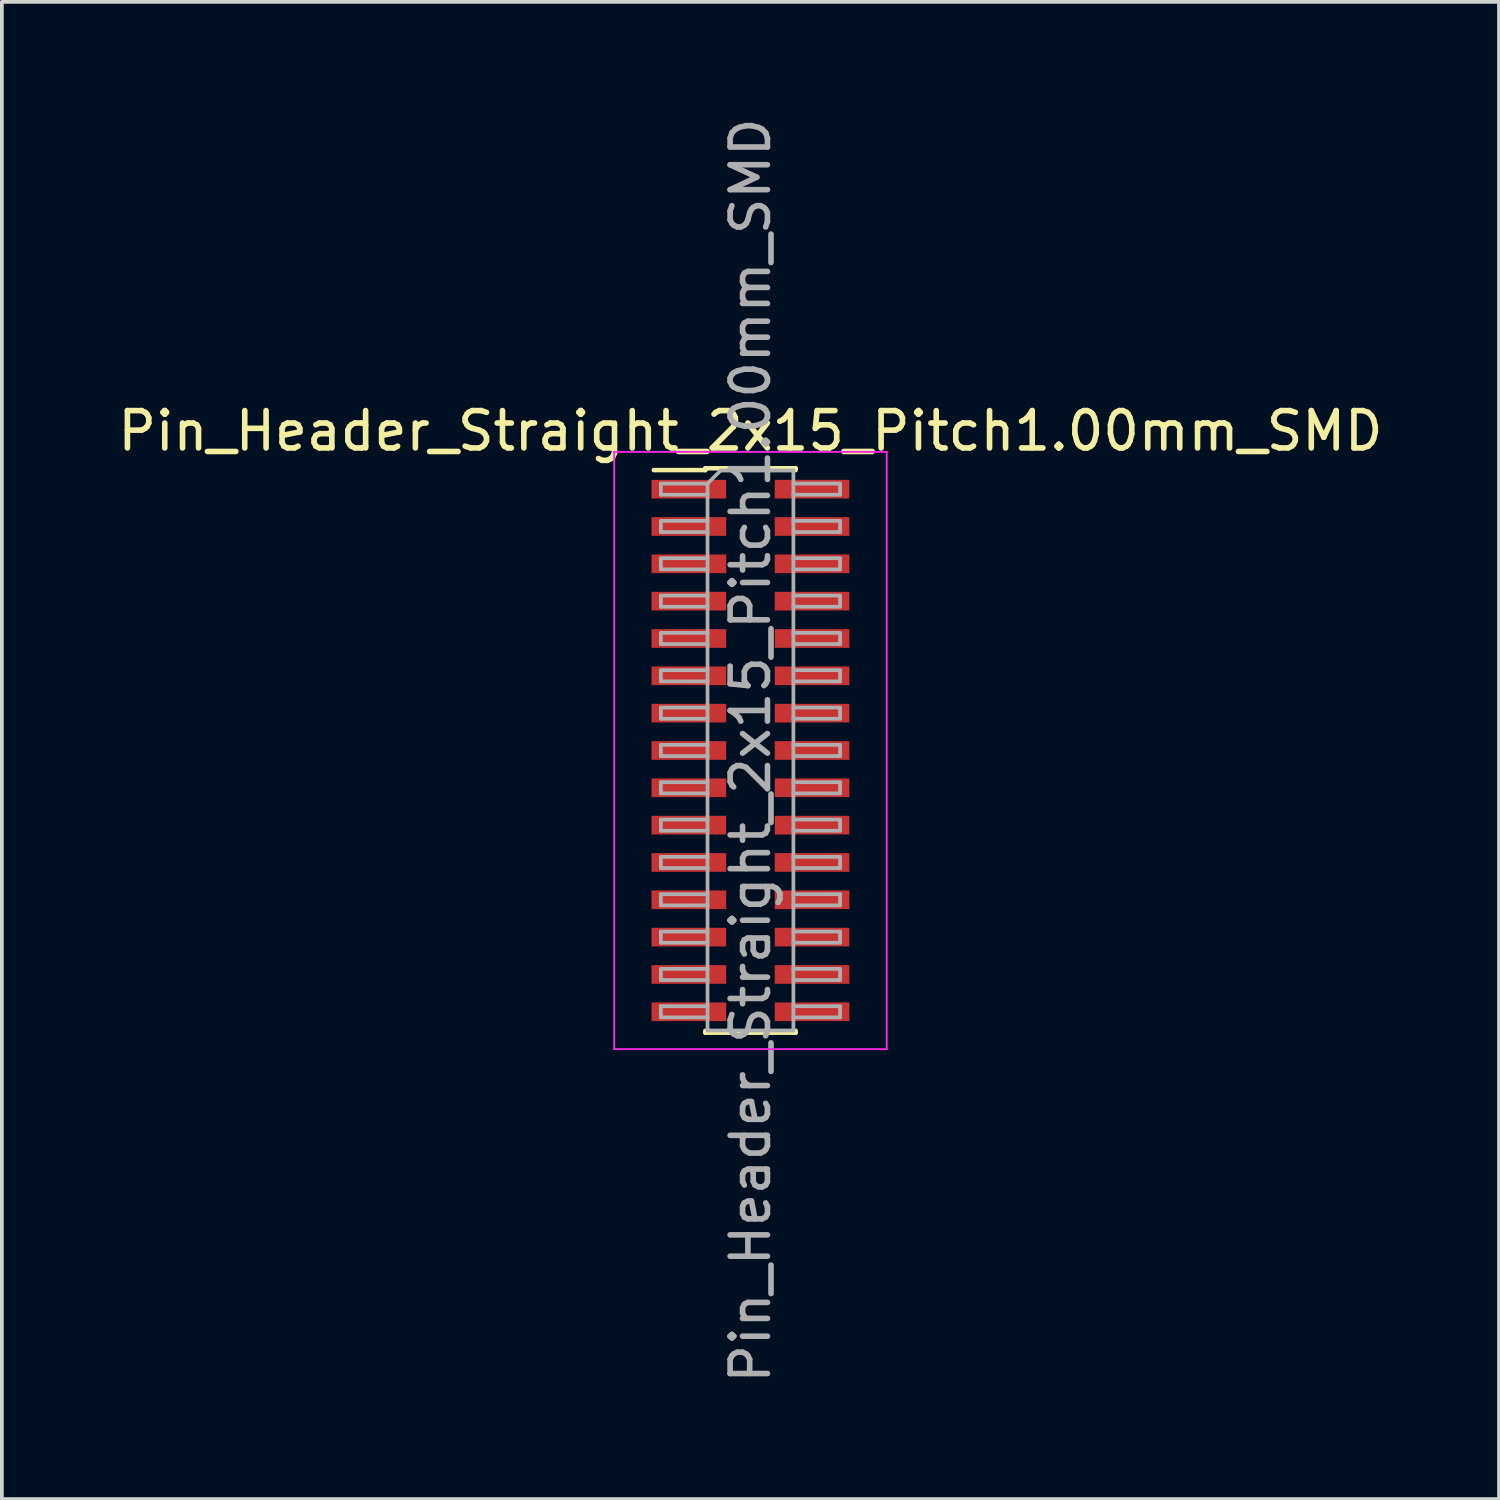
<source format=kicad_pcb>
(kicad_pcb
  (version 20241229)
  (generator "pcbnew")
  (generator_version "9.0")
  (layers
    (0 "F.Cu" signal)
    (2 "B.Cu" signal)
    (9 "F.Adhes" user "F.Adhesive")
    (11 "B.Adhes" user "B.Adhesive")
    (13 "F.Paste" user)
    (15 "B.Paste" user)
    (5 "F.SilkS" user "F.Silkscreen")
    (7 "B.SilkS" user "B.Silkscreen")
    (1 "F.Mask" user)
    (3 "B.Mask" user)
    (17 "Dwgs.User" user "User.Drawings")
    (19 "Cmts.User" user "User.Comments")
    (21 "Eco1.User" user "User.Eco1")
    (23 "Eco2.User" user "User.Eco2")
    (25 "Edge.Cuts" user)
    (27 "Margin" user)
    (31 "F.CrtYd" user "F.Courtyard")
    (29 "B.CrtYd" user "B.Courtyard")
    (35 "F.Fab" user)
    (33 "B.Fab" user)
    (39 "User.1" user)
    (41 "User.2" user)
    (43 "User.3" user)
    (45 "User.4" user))
  (footprint "Pin_Header_Straight_2x15_Pitch1.00mm_SMD"
    (layer "F.Cu")
    (at 17.054 17.054)
    (property "Reference" "Pin_Header_Straight_2x15_Pitch1.00mm_SMD" (at 0 -8.56 0) (layer "F.SilkS") (effects (font (size 1 1) (thickness 0.15))))
    (attr smd)
    (fp_line (start -2.59 -7.51) (end -1.21 -7.51) (stroke (width 0.12) (type solid)) (layer "F.SilkS"))
    (fp_line (start -1.21 -7.56) (end -1.21 -7.51) (stroke (width 0.12) (type solid)) (layer "F.SilkS"))
    (fp_line (start -1.21 -7.56) (end 1.21 -7.56) (stroke (width 0.12) (type solid)) (layer "F.SilkS"))
    (fp_line (start -1.21 7.51) (end -1.21 7.56) (stroke (width 0.12) (type solid)) (layer "F.SilkS"))
    (fp_line (start -1.21 7.56) (end 1.21 7.56) (stroke (width 0.12) (type solid)) (layer "F.SilkS"))
    (fp_line (start 1.21 -7.56) (end 1.21 -7.51) (stroke (width 0.12) (type solid)) (layer "F.SilkS"))
    (fp_line (start 1.21 7.51) (end 1.21 7.56) (stroke (width 0.12) (type solid)) (layer "F.SilkS"))
    (fp_line (start -3.65 -8) (end -3.65 8) (stroke (width 0.05) (type solid)) (layer "F.CrtYd"))
    (fp_line (start -3.65 8) (end 3.65 8) (stroke (width 0.05) (type solid)) (layer "F.CrtYd"))
    (fp_line (start 3.65 -8) (end -3.65 -8) (stroke (width 0.05) (type solid)) (layer "F.CrtYd"))
    (fp_line (start 3.65 8) (end 3.65 -8) (stroke (width 0.05) (type solid)) (layer "F.CrtYd"))
    (fp_line (start -2.4 -7.15) (end -2.4 -6.85) (stroke (width 0.1) (type solid)) (layer "F.Fab"))
    (fp_line (start -2.4 -6.85) (end -1.15 -6.85) (stroke (width 0.1) (type solid)) (layer "F.Fab"))
    (fp_line (start -2.4 -6.15) (end -2.4 -5.85) (stroke (width 0.1) (type solid)) (layer "F.Fab"))
    (fp_line (start -2.4 -5.85) (end -1.15 -5.85) (stroke (width 0.1) (type solid)) (layer "F.Fab"))
    (fp_line (start -2.4 -5.15) (end -2.4 -4.85) (stroke (width 0.1) (type solid)) (layer "F.Fab"))
    (fp_line (start -2.4 -4.85) (end -1.15 -4.85) (stroke (width 0.1) (type solid)) (layer "F.Fab"))
    (fp_line (start -2.4 -4.15) (end -2.4 -3.85) (stroke (width 0.1) (type solid)) (layer "F.Fab"))
    (fp_line (start -2.4 -3.85) (end -1.15 -3.85) (stroke (width 0.1) (type solid)) (layer "F.Fab"))
    (fp_line (start -2.4 -3.15) (end -2.4 -2.85) (stroke (width 0.1) (type solid)) (layer "F.Fab"))
    (fp_line (start -2.4 -2.85) (end -1.15 -2.85) (stroke (width 0.1) (type solid)) (layer "F.Fab"))
    (fp_line (start -2.4 -2.15) (end -2.4 -1.85) (stroke (width 0.1) (type solid)) (layer "F.Fab"))
    (fp_line (start -2.4 -1.85) (end -1.15 -1.85) (stroke (width 0.1) (type solid)) (layer "F.Fab"))
    (fp_line (start -2.4 -1.15) (end -2.4 -0.85) (stroke (width 0.1) (type solid)) (layer "F.Fab"))
    (fp_line (start -2.4 -0.85) (end -1.15 -0.85) (stroke (width 0.1) (type solid)) (layer "F.Fab"))
    (fp_line (start -2.4 -0.15) (end -2.4 0.15) (stroke (width 0.1) (type solid)) (layer "F.Fab"))
    (fp_line (start -2.4 0.15) (end -1.15 0.15) (stroke (width 0.1) (type solid)) (layer "F.Fab"))
    (fp_line (start -2.4 0.85) (end -2.4 1.15) (stroke (width 0.1) (type solid)) (layer "F.Fab"))
    (fp_line (start -2.4 1.15) (end -1.15 1.15) (stroke (width 0.1) (type solid)) (layer "F.Fab"))
    (fp_line (start -2.4 1.85) (end -2.4 2.15) (stroke (width 0.1) (type solid)) (layer "F.Fab"))
    (fp_line (start -2.4 2.15) (end -1.15 2.15) (stroke (width 0.1) (type solid)) (layer "F.Fab"))
    (fp_line (start -2.4 2.85) (end -2.4 3.15) (stroke (width 0.1) (type solid)) (layer "F.Fab"))
    (fp_line (start -2.4 3.15) (end -1.15 3.15) (stroke (width 0.1) (type solid)) (layer "F.Fab"))
    (fp_line (start -2.4 3.85) (end -2.4 4.15) (stroke (width 0.1) (type solid)) (layer "F.Fab"))
    (fp_line (start -2.4 4.15) (end -1.15 4.15) (stroke (width 0.1) (type solid)) (layer "F.Fab"))
    (fp_line (start -2.4 4.85) (end -2.4 5.15) (stroke (width 0.1) (type solid)) (layer "F.Fab"))
    (fp_line (start -2.4 5.15) (end -1.15 5.15) (stroke (width 0.1) (type solid)) (layer "F.Fab"))
    (fp_line (start -2.4 5.85) (end -2.4 6.15) (stroke (width 0.1) (type solid)) (layer "F.Fab"))
    (fp_line (start -2.4 6.15) (end -1.15 6.15) (stroke (width 0.1) (type solid)) (layer "F.Fab"))
    (fp_line (start -2.4 6.85) (end -2.4 7.15) (stroke (width 0.1) (type solid)) (layer "F.Fab"))
    (fp_line (start -2.4 7.15) (end -1.15 7.15) (stroke (width 0.1) (type solid)) (layer "F.Fab"))
    (fp_line (start -1.15 -7.15) (end -2.4 -7.15) (stroke (width 0.1) (type solid)) (layer "F.Fab"))
    (fp_line (start -1.15 -7.15) (end -0.8 -7.5) (stroke (width 0.1) (type solid)) (layer "F.Fab"))
    (fp_line (start -1.15 -6.15) (end -2.4 -6.15) (stroke (width 0.1) (type solid)) (layer "F.Fab"))
    (fp_line (start -1.15 -5.15) (end -2.4 -5.15) (stroke (width 0.1) (type solid)) (layer "F.Fab"))
    (fp_line (start -1.15 -4.15) (end -2.4 -4.15) (stroke (width 0.1) (type solid)) (layer "F.Fab"))
    (fp_line (start -1.15 -3.15) (end -2.4 -3.15) (stroke (width 0.1) (type solid)) (layer "F.Fab"))
    (fp_line (start -1.15 -2.15) (end -2.4 -2.15) (stroke (width 0.1) (type solid)) (layer "F.Fab"))
    (fp_line (start -1.15 -1.15) (end -2.4 -1.15) (stroke (width 0.1) (type solid)) (layer "F.Fab"))
    (fp_line (start -1.15 -0.15) (end -2.4 -0.15) (stroke (width 0.1) (type solid)) (layer "F.Fab"))
    (fp_line (start -1.15 0.85) (end -2.4 0.85) (stroke (width 0.1) (type solid)) (layer "F.Fab"))
    (fp_line (start -1.15 1.85) (end -2.4 1.85) (stroke (width 0.1) (type solid)) (layer "F.Fab"))
    (fp_line (start -1.15 2.85) (end -2.4 2.85) (stroke (width 0.1) (type solid)) (layer "F.Fab"))
    (fp_line (start -1.15 3.85) (end -2.4 3.85) (stroke (width 0.1) (type solid)) (layer "F.Fab"))
    (fp_line (start -1.15 4.85) (end -2.4 4.85) (stroke (width 0.1) (type solid)) (layer "F.Fab"))
    (fp_line (start -1.15 5.85) (end -2.4 5.85) (stroke (width 0.1) (type solid)) (layer "F.Fab"))
    (fp_line (start -1.15 6.85) (end -2.4 6.85) (stroke (width 0.1) (type solid)) (layer "F.Fab"))
    (fp_line (start -1.15 7.5) (end -1.15 -7.15) (stroke (width 0.1) (type solid)) (layer "F.Fab"))
    (fp_line (start -0.8 -7.5) (end 1.15 -7.5) (stroke (width 0.1) (type solid)) (layer "F.Fab"))
    (fp_line (start 1.15 -7.5) (end 1.15 7.5) (stroke (width 0.1) (type solid)) (layer "F.Fab"))
    (fp_line (start 1.15 -7.15) (end 2.4 -7.15) (stroke (width 0.1) (type solid)) (layer "F.Fab"))
    (fp_line (start 1.15 -6.15) (end 2.4 -6.15) (stroke (width 0.1) (type solid)) (layer "F.Fab"))
    (fp_line (start 1.15 -5.15) (end 2.4 -5.15) (stroke (width 0.1) (type solid)) (layer "F.Fab"))
    (fp_line (start 1.15 -4.15) (end 2.4 -4.15) (stroke (width 0.1) (type solid)) (layer "F.Fab"))
    (fp_line (start 1.15 -3.15) (end 2.4 -3.15) (stroke (width 0.1) (type solid)) (layer "F.Fab"))
    (fp_line (start 1.15 -2.15) (end 2.4 -2.15) (stroke (width 0.1) (type solid)) (layer "F.Fab"))
    (fp_line (start 1.15 -1.15) (end 2.4 -1.15) (stroke (width 0.1) (type solid)) (layer "F.Fab"))
    (fp_line (start 1.15 -0.15) (end 2.4 -0.15) (stroke (width 0.1) (type solid)) (layer "F.Fab"))
    (fp_line (start 1.15 0.85) (end 2.4 0.85) (stroke (width 0.1) (type solid)) (layer "F.Fab"))
    (fp_line (start 1.15 1.85) (end 2.4 1.85) (stroke (width 0.1) (type solid)) (layer "F.Fab"))
    (fp_line (start 1.15 2.85) (end 2.4 2.85) (stroke (width 0.1) (type solid)) (layer "F.Fab"))
    (fp_line (start 1.15 3.85) (end 2.4 3.85) (stroke (width 0.1) (type solid)) (layer "F.Fab"))
    (fp_line (start 1.15 4.85) (end 2.4 4.85) (stroke (width 0.1) (type solid)) (layer "F.Fab"))
    (fp_line (start 1.15 5.85) (end 2.4 5.85) (stroke (width 0.1) (type solid)) (layer "F.Fab"))
    (fp_line (start 1.15 6.85) (end 2.4 6.85) (stroke (width 0.1) (type solid)) (layer "F.Fab"))
    (fp_line (start 1.15 7.5) (end -1.15 7.5) (stroke (width 0.1) (type solid)) (layer "F.Fab"))
    (fp_line (start 2.4 -7.15) (end 2.4 -6.85) (stroke (width 0.1) (type solid)) (layer "F.Fab"))
    (fp_line (start 2.4 -6.85) (end 1.15 -6.85) (stroke (width 0.1) (type solid)) (layer "F.Fab"))
    (fp_line (start 2.4 -6.15) (end 2.4 -5.85) (stroke (width 0.1) (type solid)) (layer "F.Fab"))
    (fp_line (start 2.4 -5.85) (end 1.15 -5.85) (stroke (width 0.1) (type solid)) (layer "F.Fab"))
    (fp_line (start 2.4 -5.15) (end 2.4 -4.85) (stroke (width 0.1) (type solid)) (layer "F.Fab"))
    (fp_line (start 2.4 -4.85) (end 1.15 -4.85) (stroke (width 0.1) (type solid)) (layer "F.Fab"))
    (fp_line (start 2.4 -4.15) (end 2.4 -3.85) (stroke (width 0.1) (type solid)) (layer "F.Fab"))
    (fp_line (start 2.4 -3.85) (end 1.15 -3.85) (stroke (width 0.1) (type solid)) (layer "F.Fab"))
    (fp_line (start 2.4 -3.15) (end 2.4 -2.85) (stroke (width 0.1) (type solid)) (layer "F.Fab"))
    (fp_line (start 2.4 -2.85) (end 1.15 -2.85) (stroke (width 0.1) (type solid)) (layer "F.Fab"))
    (fp_line (start 2.4 -2.15) (end 2.4 -1.85) (stroke (width 0.1) (type solid)) (layer "F.Fab"))
    (fp_line (start 2.4 -1.85) (end 1.15 -1.85) (stroke (width 0.1) (type solid)) (layer "F.Fab"))
    (fp_line (start 2.4 -1.15) (end 2.4 -0.85) (stroke (width 0.1) (type solid)) (layer "F.Fab"))
    (fp_line (start 2.4 -0.85) (end 1.15 -0.85) (stroke (width 0.1) (type solid)) (layer "F.Fab"))
    (fp_line (start 2.4 -0.15) (end 2.4 0.15) (stroke (width 0.1) (type solid)) (layer "F.Fab"))
    (fp_line (start 2.4 0.15) (end 1.15 0.15) (stroke (width 0.1) (type solid)) (layer "F.Fab"))
    (fp_line (start 2.4 0.85) (end 2.4 1.15) (stroke (width 0.1) (type solid)) (layer "F.Fab"))
    (fp_line (start 2.4 1.15) (end 1.15 1.15) (stroke (width 0.1) (type solid)) (layer "F.Fab"))
    (fp_line (start 2.4 1.85) (end 2.4 2.15) (stroke (width 0.1) (type solid)) (layer "F.Fab"))
    (fp_line (start 2.4 2.15) (end 1.15 2.15) (stroke (width 0.1) (type solid)) (layer "F.Fab"))
    (fp_line (start 2.4 2.85) (end 2.4 3.15) (stroke (width 0.1) (type solid)) (layer "F.Fab"))
    (fp_line (start 2.4 3.15) (end 1.15 3.15) (stroke (width 0.1) (type solid)) (layer "F.Fab"))
    (fp_line (start 2.4 3.85) (end 2.4 4.15) (stroke (width 0.1) (type solid)) (layer "F.Fab"))
    (fp_line (start 2.4 4.15) (end 1.15 4.15) (stroke (width 0.1) (type solid)) (layer "F.Fab"))
    (fp_line (start 2.4 4.85) (end 2.4 5.15) (stroke (width 0.1) (type solid)) (layer "F.Fab"))
    (fp_line (start 2.4 5.15) (end 1.15 5.15) (stroke (width 0.1) (type solid)) (layer "F.Fab"))
    (fp_line (start 2.4 5.85) (end 2.4 6.15) (stroke (width 0.1) (type solid)) (layer "F.Fab"))
    (fp_line (start 2.4 6.15) (end 1.15 6.15) (stroke (width 0.1) (type solid)) (layer "F.Fab"))
    (fp_line (start 2.4 6.85) (end 2.4 7.15) (stroke (width 0.1) (type solid)) (layer "F.Fab"))
    (fp_line (start 2.4 7.15) (end 1.15 7.15) (stroke (width 0.1) (type solid)) (layer "F.Fab"))
    (fp_text user "${REFERENCE}" (at 0 0 90) (layer "F.Fab") (effects (font (size 1 1) (thickness 0.15))))
    (pad "1" smd rect (at -1.65 -7) (size 2 0.5) (layers "F.Cu" "F.Mask" "F.Paste"))
    (pad "2" smd rect (at 1.65 -7) (size 2 0.5) (layers "F.Cu" "F.Mask" "F.Paste"))
    (pad "3" smd rect (at -1.65 -6) (size 2 0.5) (layers "F.Cu" "F.Mask" "F.Paste"))
    (pad "4" smd rect (at 1.65 -6) (size 2 0.5) (layers "F.Cu" "F.Mask" "F.Paste"))
    (pad "5" smd rect (at -1.65 -5) (size 2 0.5) (layers "F.Cu" "F.Mask" "F.Paste"))
    (pad "6" smd rect (at 1.65 -5) (size 2 0.5) (layers "F.Cu" "F.Mask" "F.Paste"))
    (pad "7" smd rect (at -1.65 -4) (size 2 0.5) (layers "F.Cu" "F.Mask" "F.Paste"))
    (pad "8" smd rect (at 1.65 -4) (size 2 0.5) (layers "F.Cu" "F.Mask" "F.Paste"))
    (pad "9" smd rect (at -1.65 -3) (size 2 0.5) (layers "F.Cu" "F.Mask" "F.Paste"))
    (pad "10" smd rect (at 1.65 -3) (size 2 0.5) (layers "F.Cu" "F.Mask" "F.Paste"))
    (pad "11" smd rect (at -1.65 -2) (size 2 0.5) (layers "F.Cu" "F.Mask" "F.Paste"))
    (pad "12" smd rect (at 1.65 -2) (size 2 0.5) (layers "F.Cu" "F.Mask" "F.Paste"))
    (pad "13" smd rect (at -1.65 -1) (size 2 0.5) (layers "F.Cu" "F.Mask" "F.Paste"))
    (pad "14" smd rect (at 1.65 -1) (size 2 0.5) (layers "F.Cu" "F.Mask" "F.Paste"))
    (pad "15" smd rect (at -1.65 0) (size 2 0.5) (layers "F.Cu" "F.Mask" "F.Paste"))
    (pad "16" smd rect (at 1.65 0) (size 2 0.5) (layers "F.Cu" "F.Mask" "F.Paste"))
    (pad "17" smd rect (at -1.65 1) (size 2 0.5) (layers "F.Cu" "F.Mask" "F.Paste"))
    (pad "18" smd rect (at 1.65 1) (size 2 0.5) (layers "F.Cu" "F.Mask" "F.Paste"))
    (pad "19" smd rect (at -1.65 2) (size 2 0.5) (layers "F.Cu" "F.Mask" "F.Paste"))
    (pad "20" smd rect (at 1.65 2) (size 2 0.5) (layers "F.Cu" "F.Mask" "F.Paste"))
    (pad "21" smd rect (at -1.65 3) (size 2 0.5) (layers "F.Cu" "F.Mask" "F.Paste"))
    (pad "22" smd rect (at 1.65 3) (size 2 0.5) (layers "F.Cu" "F.Mask" "F.Paste"))
    (pad "23" smd rect (at -1.65 4) (size 2 0.5) (layers "F.Cu" "F.Mask" "F.Paste"))
    (pad "24" smd rect (at 1.65 4) (size 2 0.5) (layers "F.Cu" "F.Mask" "F.Paste"))
    (pad "25" smd rect (at -1.65 5) (size 2 0.5) (layers "F.Cu" "F.Mask" "F.Paste"))
    (pad "26" smd rect (at 1.65 5) (size 2 0.5) (layers "F.Cu" "F.Mask" "F.Paste"))
    (pad "27" smd rect (at -1.65 6) (size 2 0.5) (layers "F.Cu" "F.Mask" "F.Paste"))
    (pad "28" smd rect (at 1.65 6) (size 2 0.5) (layers "F.Cu" "F.Mask" "F.Paste"))
    (pad "29" smd rect (at -1.65 7) (size 2 0.5) (layers "F.Cu" "F.Mask" "F.Paste"))
    (pad "30" smd rect (at 1.65 7) (size 2 0.5) (layers "F.Cu" "F.Mask" "F.Paste")))
  (gr_rect
    (start -3 -3)
    (end 37.107 37.107)
    (stroke (width 0.1) (type default))
    (fill no)
    (layer "Edge.Cuts")))
</source>
